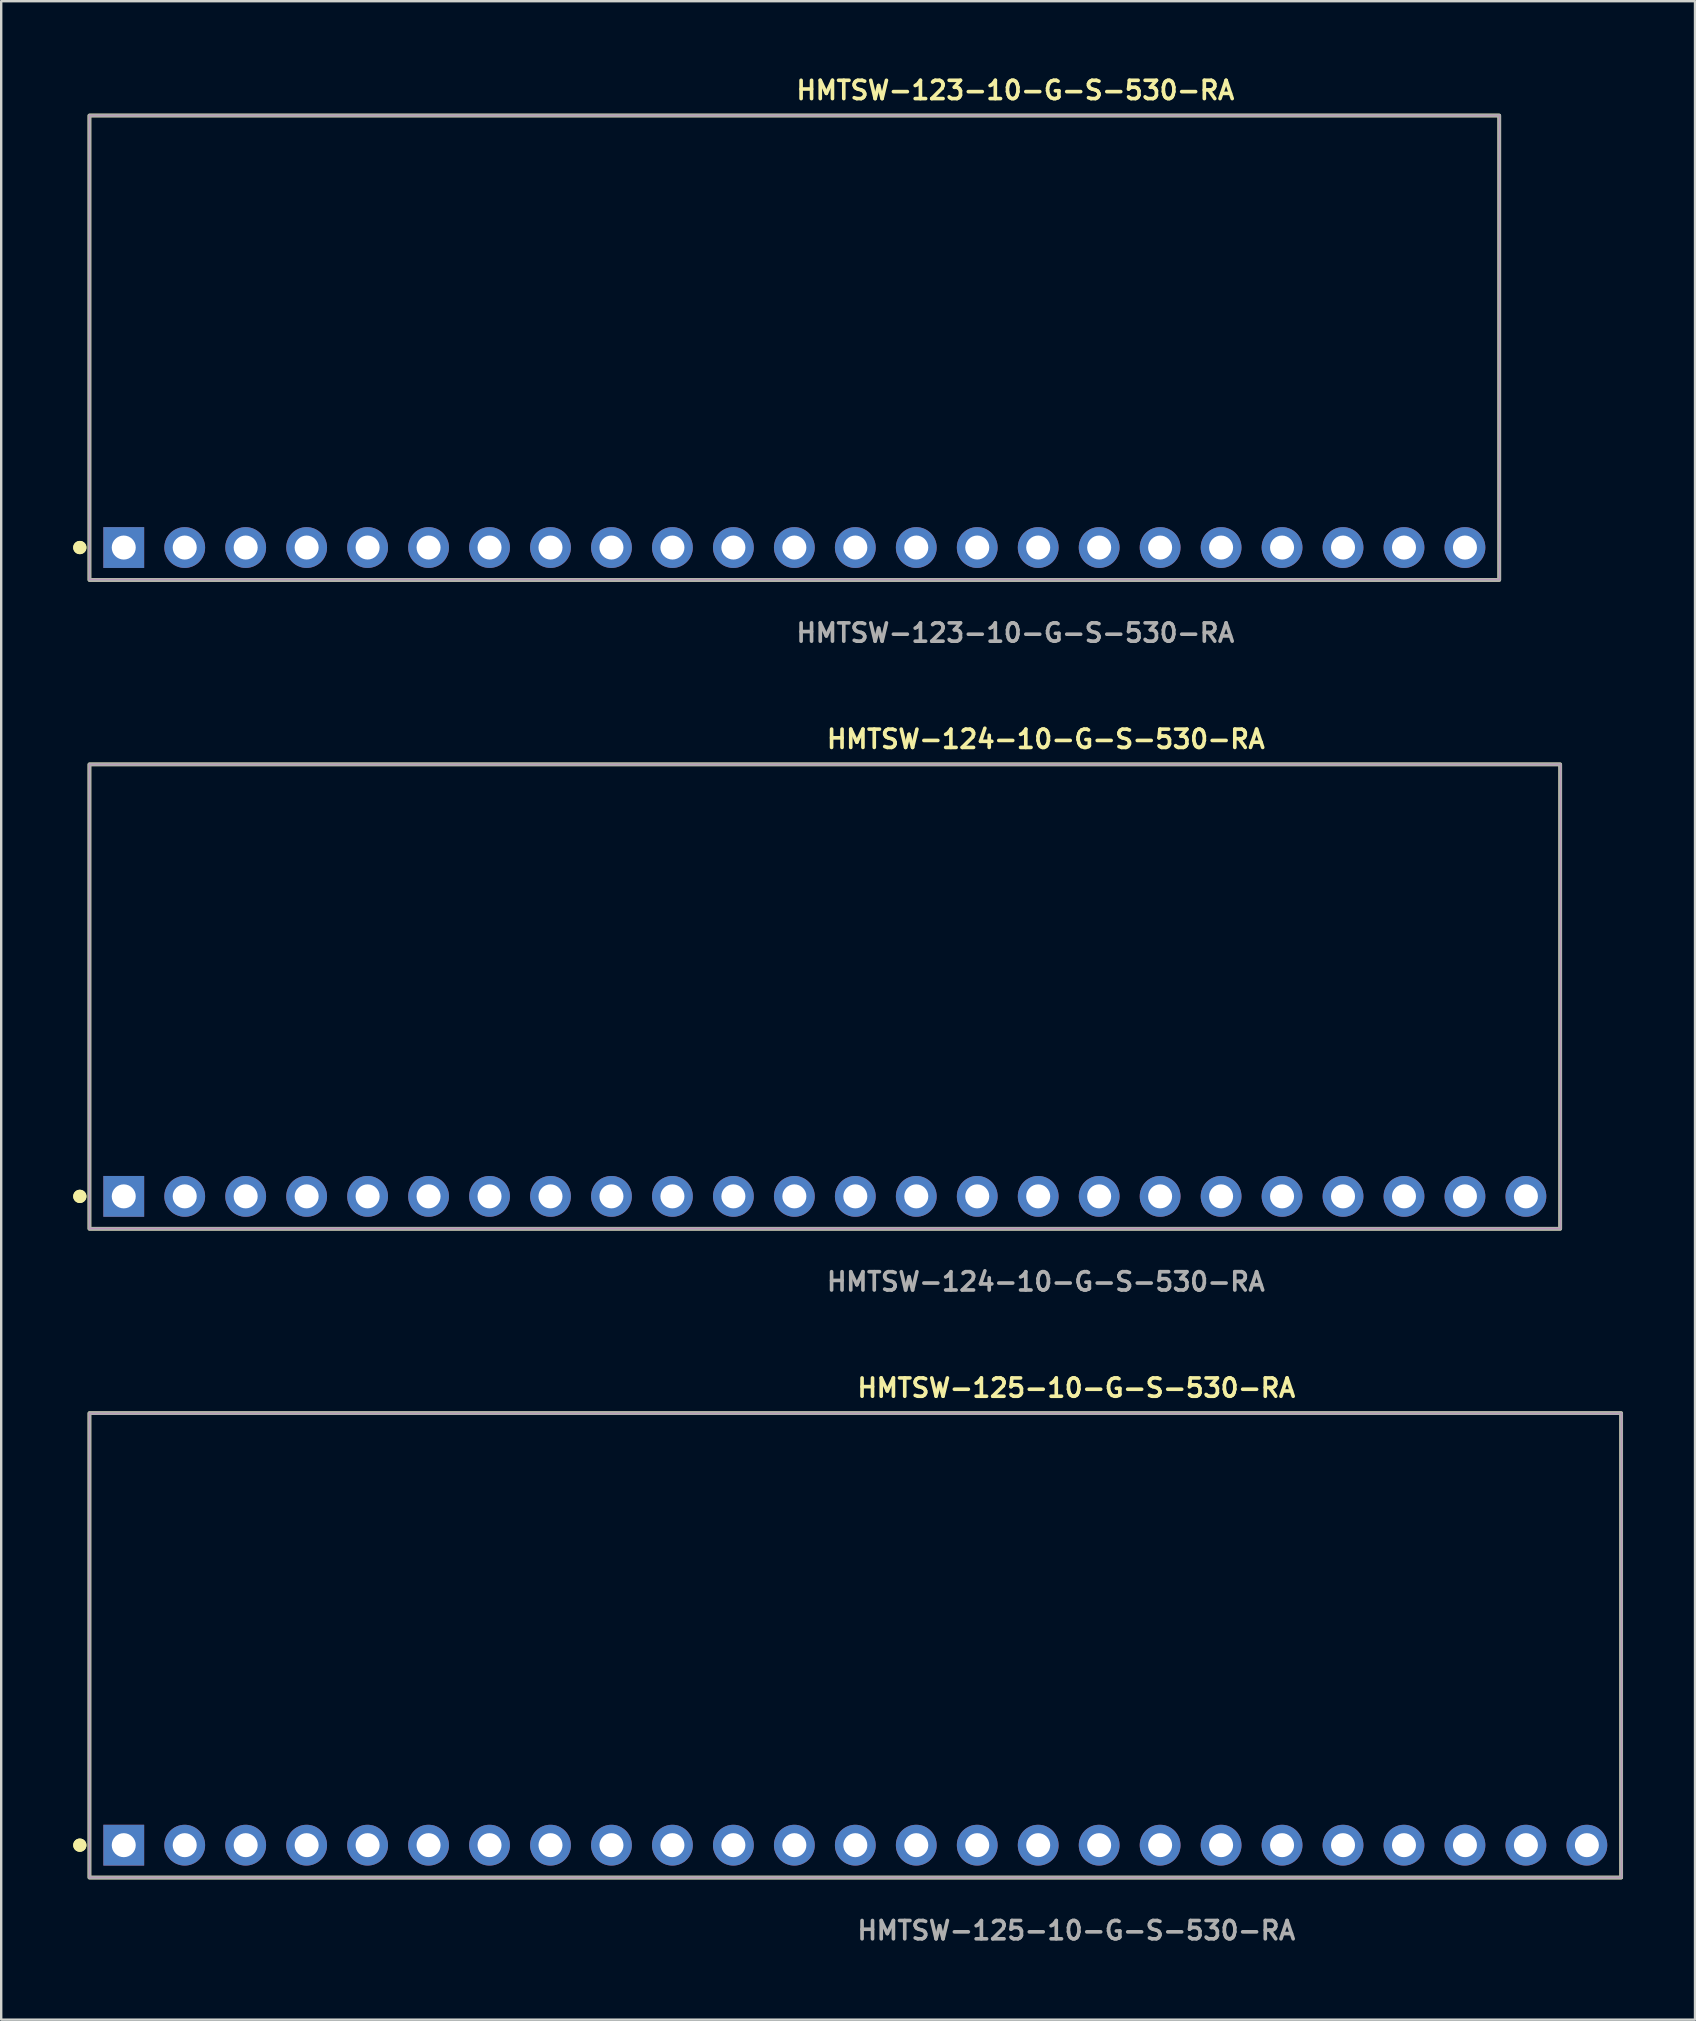
<source format=kicad_pcb>
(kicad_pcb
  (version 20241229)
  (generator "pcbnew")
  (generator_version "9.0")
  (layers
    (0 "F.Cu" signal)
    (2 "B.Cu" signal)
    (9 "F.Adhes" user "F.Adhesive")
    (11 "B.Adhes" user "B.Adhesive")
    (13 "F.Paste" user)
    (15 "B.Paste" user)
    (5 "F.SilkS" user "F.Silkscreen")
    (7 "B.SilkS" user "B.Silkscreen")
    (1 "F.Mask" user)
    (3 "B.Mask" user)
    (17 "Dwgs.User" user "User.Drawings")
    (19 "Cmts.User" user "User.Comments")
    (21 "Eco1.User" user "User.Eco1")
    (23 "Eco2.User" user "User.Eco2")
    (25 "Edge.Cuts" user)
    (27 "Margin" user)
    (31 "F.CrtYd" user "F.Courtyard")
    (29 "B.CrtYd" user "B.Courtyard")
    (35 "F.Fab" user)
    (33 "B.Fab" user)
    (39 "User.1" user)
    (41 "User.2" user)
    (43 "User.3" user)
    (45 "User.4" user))
  (footprint "HMTSW-124-10-G-S-530-RA"
    (layer "F.Cu")
    (at 31.316 46.796)
    (property "Reference" "HMTSW-124-10-G-S-530-RA" (at 0 -19.05 0) (unlocked yes) (layer "F.SilkS") (effects (font (size 0.762 0.762) (thickness 0.152)) (justify left)))
    (fp_rect (start -30.64 1.35) (end 30.64 -18) (stroke (width 0.152) (type solid)) (fill no) (layer "F.SilkS"))
    (fp_circle (center -31.04 0) (end -31.24 0) (stroke (width 0.152) (type solid)) (fill yes) (layer "F.SilkS"))
    (fp_circle (center -31.04 0) (end -31.24 0) (stroke (width 0.152) (type solid)) (fill yes) (layer "F.SilkS"))
    (fp_rect (start -30.64 1.35) (end 30.64 -18) (stroke (width 0.006) (type solid)) (fill no) (layer "F.CrtYd"))
    (fp_rect (start -30.64 1.35) (end 30.64 -18) (stroke (width 0.152) (type solid)) (fill no) (layer "F.Fab"))
    (fp_text user "${REFERENCE}" (at 0 3.556 0) (unlocked yes) (layer "F.Fab") (effects (font (size 0.762 0.762) (thickness 0.152)) (justify left)))
    (pad "1" thru_hole rect (at -29.21 0) (size 1.7 1.7) (drill 1) (layers "*.Cu" "*.Mask"))
    (pad "2" thru_hole circle (at -26.67 0) (size 1.7 1.7) (drill 1) (layers "*.Cu" "*.Mask"))
    (pad "3" thru_hole circle (at -24.13 0) (size 1.7 1.7) (drill 1) (layers "*.Cu" "*.Mask"))
    (pad "4" thru_hole circle (at -21.59 0) (size 1.7 1.7) (drill 1) (layers "*.Cu" "*.Mask"))
    (pad "5" thru_hole circle (at -19.05 0) (size 1.7 1.7) (drill 1) (layers "*.Cu" "*.Mask"))
    (pad "6" thru_hole circle (at -16.51 0) (size 1.7 1.7) (drill 1) (layers "*.Cu" "*.Mask"))
    (pad "7" thru_hole circle (at -13.97 0) (size 1.7 1.7) (drill 1) (layers "*.Cu" "*.Mask"))
    (pad "8" thru_hole circle (at -11.43 0) (size 1.7 1.7) (drill 1) (layers "*.Cu" "*.Mask"))
    (pad "9" thru_hole circle (at -8.89 0) (size 1.7 1.7) (drill 1) (layers "*.Cu" "*.Mask"))
    (pad "10" thru_hole circle (at -6.35 0) (size 1.7 1.7) (drill 1) (layers "*.Cu" "*.Mask"))
    (pad "11" thru_hole circle (at -3.81 0) (size 1.7 1.7) (drill 1) (layers "*.Cu" "*.Mask"))
    (pad "12" thru_hole circle (at -1.27 0) (size 1.7 1.7) (drill 1) (layers "*.Cu" "*.Mask"))
    (pad "13" thru_hole circle (at 1.27 0) (size 1.7 1.7) (drill 1) (layers "*.Cu" "*.Mask"))
    (pad "14" thru_hole circle (at 3.81 0) (size 1.7 1.7) (drill 1) (layers "*.Cu" "*.Mask"))
    (pad "15" thru_hole circle (at 6.35 0) (size 1.7 1.7) (drill 1) (layers "*.Cu" "*.Mask"))
    (pad "16" thru_hole circle (at 8.89 0) (size 1.7 1.7) (drill 1) (layers "*.Cu" "*.Mask"))
    (pad "17" thru_hole circle (at 11.43 0) (size 1.7 1.7) (drill 1) (layers "*.Cu" "*.Mask"))
    (pad "18" thru_hole circle (at 13.97 0) (size 1.7 1.7) (drill 1) (layers "*.Cu" "*.Mask"))
    (pad "19" thru_hole circle (at 16.51 0) (size 1.7 1.7) (drill 1) (layers "*.Cu" "*.Mask"))
    (pad "20" thru_hole circle (at 19.05 0) (size 1.7 1.7) (drill 1) (layers "*.Cu" "*.Mask"))
    (pad "21" thru_hole circle (at 21.59 0) (size 1.7 1.7) (drill 1) (layers "*.Cu" "*.Mask"))
    (pad "22" thru_hole circle (at 24.13 0) (size 1.7 1.7) (drill 1) (layers "*.Cu" "*.Mask"))
    (pad "23" thru_hole circle (at 26.67 0) (size 1.7 1.7) (drill 1) (layers "*.Cu" "*.Mask"))
    (pad "24" thru_hole circle (at 29.21 0) (size 1.7 1.7) (drill 1) (layers "*.Cu" "*.Mask")))
  (footprint "HMTSW-123-10-G-S-530-RA"
    (layer "F.Cu")
    (at 30.046 19.763)
    (property "Reference" "HMTSW-123-10-G-S-530-RA" (at 0 -19.05 0) (unlocked yes) (layer "F.SilkS") (effects (font (size 0.762 0.762) (thickness 0.152)) (justify left)))
    (fp_rect (start -29.37 1.35) (end 29.37 -18) (stroke (width 0.152) (type solid)) (fill no) (layer "F.SilkS"))
    (fp_circle (center -29.77 0) (end -29.97 0) (stroke (width 0.152) (type solid)) (fill yes) (layer "F.SilkS"))
    (fp_circle (center -29.77 0) (end -29.97 0) (stroke (width 0.152) (type solid)) (fill yes) (layer "F.SilkS"))
    (fp_rect (start -29.37 1.35) (end 29.37 -18) (stroke (width 0.006) (type solid)) (fill no) (layer "F.CrtYd"))
    (fp_rect (start -29.37 1.35) (end 29.37 -18) (stroke (width 0.152) (type solid)) (fill no) (layer "F.Fab"))
    (fp_text user "${REFERENCE}" (at 0 3.556 0) (unlocked yes) (layer "F.Fab") (effects (font (size 0.762 0.762) (thickness 0.152)) (justify left)))
    (pad "1" thru_hole rect (at -27.94 0) (size 1.7 1.7) (drill 1) (layers "*.Cu" "*.Mask"))
    (pad "2" thru_hole circle (at -25.4 0) (size 1.7 1.7) (drill 1) (layers "*.Cu" "*.Mask"))
    (pad "3" thru_hole circle (at -22.86 0) (size 1.7 1.7) (drill 1) (layers "*.Cu" "*.Mask"))
    (pad "4" thru_hole circle (at -20.32 0) (size 1.7 1.7) (drill 1) (layers "*.Cu" "*.Mask"))
    (pad "5" thru_hole circle (at -17.78 0) (size 1.7 1.7) (drill 1) (layers "*.Cu" "*.Mask"))
    (pad "6" thru_hole circle (at -15.24 0) (size 1.7 1.7) (drill 1) (layers "*.Cu" "*.Mask"))
    (pad "7" thru_hole circle (at -12.7 0) (size 1.7 1.7) (drill 1) (layers "*.Cu" "*.Mask"))
    (pad "8" thru_hole circle (at -10.16 0) (size 1.7 1.7) (drill 1) (layers "*.Cu" "*.Mask"))
    (pad "9" thru_hole circle (at -7.62 0) (size 1.7 1.7) (drill 1) (layers "*.Cu" "*.Mask"))
    (pad "10" thru_hole circle (at -5.08 0) (size 1.7 1.7) (drill 1) (layers "*.Cu" "*.Mask"))
    (pad "11" thru_hole circle (at -2.54 0) (size 1.7 1.7) (drill 1) (layers "*.Cu" "*.Mask"))
    (pad "12" thru_hole circle (at 0 0) (size 1.7 1.7) (drill 1) (layers "*.Cu" "*.Mask"))
    (pad "13" thru_hole circle (at 2.54 0) (size 1.7 1.7) (drill 1) (layers "*.Cu" "*.Mask"))
    (pad "14" thru_hole circle (at 5.08 0) (size 1.7 1.7) (drill 1) (layers "*.Cu" "*.Mask"))
    (pad "15" thru_hole circle (at 7.62 0) (size 1.7 1.7) (drill 1) (layers "*.Cu" "*.Mask"))
    (pad "16" thru_hole circle (at 10.16 0) (size 1.7 1.7) (drill 1) (layers "*.Cu" "*.Mask"))
    (pad "17" thru_hole circle (at 12.7 0) (size 1.7 1.7) (drill 1) (layers "*.Cu" "*.Mask"))
    (pad "18" thru_hole circle (at 15.24 0) (size 1.7 1.7) (drill 1) (layers "*.Cu" "*.Mask"))
    (pad "19" thru_hole circle (at 17.78 0) (size 1.7 1.7) (drill 1) (layers "*.Cu" "*.Mask"))
    (pad "20" thru_hole circle (at 20.32 0) (size 1.7 1.7) (drill 1) (layers "*.Cu" "*.Mask"))
    (pad "21" thru_hole circle (at 22.86 0) (size 1.7 1.7) (drill 1) (layers "*.Cu" "*.Mask"))
    (pad "22" thru_hole circle (at 25.4 0) (size 1.7 1.7) (drill 1) (layers "*.Cu" "*.Mask"))
    (pad "23" thru_hole circle (at 27.94 0) (size 1.7 1.7) (drill 1) (layers "*.Cu" "*.Mask")))
  (footprint "HMTSW-125-10-G-S-530-RA"
    (layer "F.Cu")
    (at 32.586 73.828)
    (property "Reference" "HMTSW-125-10-G-S-530-RA" (at 0 -19.05 0) (unlocked yes) (layer "F.SilkS") (effects (font (size 0.762 0.762) (thickness 0.152)) (justify left)))
    (fp_rect (start -31.91 1.35) (end 31.91 -18) (stroke (width 0.152) (type solid)) (fill no) (layer "F.SilkS"))
    (fp_circle (center -32.31 0) (end -32.51 0) (stroke (width 0.152) (type solid)) (fill yes) (layer "F.SilkS"))
    (fp_circle (center -32.31 0) (end -32.51 0) (stroke (width 0.152) (type solid)) (fill yes) (layer "F.SilkS"))
    (fp_rect (start -31.91 1.35) (end 31.91 -18) (stroke (width 0.006) (type solid)) (fill no) (layer "F.CrtYd"))
    (fp_rect (start -31.91 1.35) (end 31.91 -18) (stroke (width 0.152) (type solid)) (fill no) (layer "F.Fab"))
    (fp_text user "${REFERENCE}" (at 0 3.556 0) (unlocked yes) (layer "F.Fab") (effects (font (size 0.762 0.762) (thickness 0.152)) (justify left)))
    (pad "1" thru_hole rect (at -30.48 0) (size 1.7 1.7) (drill 1) (layers "*.Cu" "*.Mask"))
    (pad "2" thru_hole circle (at -27.94 0) (size 1.7 1.7) (drill 1) (layers "*.Cu" "*.Mask"))
    (pad "3" thru_hole circle (at -25.4 0) (size 1.7 1.7) (drill 1) (layers "*.Cu" "*.Mask"))
    (pad "4" thru_hole circle (at -22.86 0) (size 1.7 1.7) (drill 1) (layers "*.Cu" "*.Mask"))
    (pad "5" thru_hole circle (at -20.32 0) (size 1.7 1.7) (drill 1) (layers "*.Cu" "*.Mask"))
    (pad "6" thru_hole circle (at -17.78 0) (size 1.7 1.7) (drill 1) (layers "*.Cu" "*.Mask"))
    (pad "7" thru_hole circle (at -15.24 0) (size 1.7 1.7) (drill 1) (layers "*.Cu" "*.Mask"))
    (pad "8" thru_hole circle (at -12.7 0) (size 1.7 1.7) (drill 1) (layers "*.Cu" "*.Mask"))
    (pad "9" thru_hole circle (at -10.16 0) (size 1.7 1.7) (drill 1) (layers "*.Cu" "*.Mask"))
    (pad "10" thru_hole circle (at -7.62 0) (size 1.7 1.7) (drill 1) (layers "*.Cu" "*.Mask"))
    (pad "11" thru_hole circle (at -5.08 0) (size 1.7 1.7) (drill 1) (layers "*.Cu" "*.Mask"))
    (pad "12" thru_hole circle (at -2.54 0) (size 1.7 1.7) (drill 1) (layers "*.Cu" "*.Mask"))
    (pad "13" thru_hole circle (at 0 0) (size 1.7 1.7) (drill 1) (layers "*.Cu" "*.Mask"))
    (pad "14" thru_hole circle (at 2.54 0) (size 1.7 1.7) (drill 1) (layers "*.Cu" "*.Mask"))
    (pad "15" thru_hole circle (at 5.08 0) (size 1.7 1.7) (drill 1) (layers "*.Cu" "*.Mask"))
    (pad "16" thru_hole circle (at 7.62 0) (size 1.7 1.7) (drill 1) (layers "*.Cu" "*.Mask"))
    (pad "17" thru_hole circle (at 10.16 0) (size 1.7 1.7) (drill 1) (layers "*.Cu" "*.Mask"))
    (pad "18" thru_hole circle (at 12.7 0) (size 1.7 1.7) (drill 1) (layers "*.Cu" "*.Mask"))
    (pad "19" thru_hole circle (at 15.24 0) (size 1.7 1.7) (drill 1) (layers "*.Cu" "*.Mask"))
    (pad "20" thru_hole circle (at 17.78 0) (size 1.7 1.7) (drill 1) (layers "*.Cu" "*.Mask"))
    (pad "21" thru_hole circle (at 20.32 0) (size 1.7 1.7) (drill 1) (layers "*.Cu" "*.Mask"))
    (pad "22" thru_hole circle (at 22.86 0) (size 1.7 1.7) (drill 1) (layers "*.Cu" "*.Mask"))
    (pad "23" thru_hole circle (at 25.4 0) (size 1.7 1.7) (drill 1) (layers "*.Cu" "*.Mask"))
    (pad "24" thru_hole circle (at 27.94 0) (size 1.7 1.7) (drill 1) (layers "*.Cu" "*.Mask"))
    (pad "25" thru_hole circle (at 30.48 0) (size 1.7 1.7) (drill 1) (layers "*.Cu" "*.Mask")))
  (gr_rect
    (start -3 -3)
    (end 67.572 81.097)
    (stroke (width 0.1) (type default))
    (fill no)
    (layer "Edge.Cuts")))
</source>
